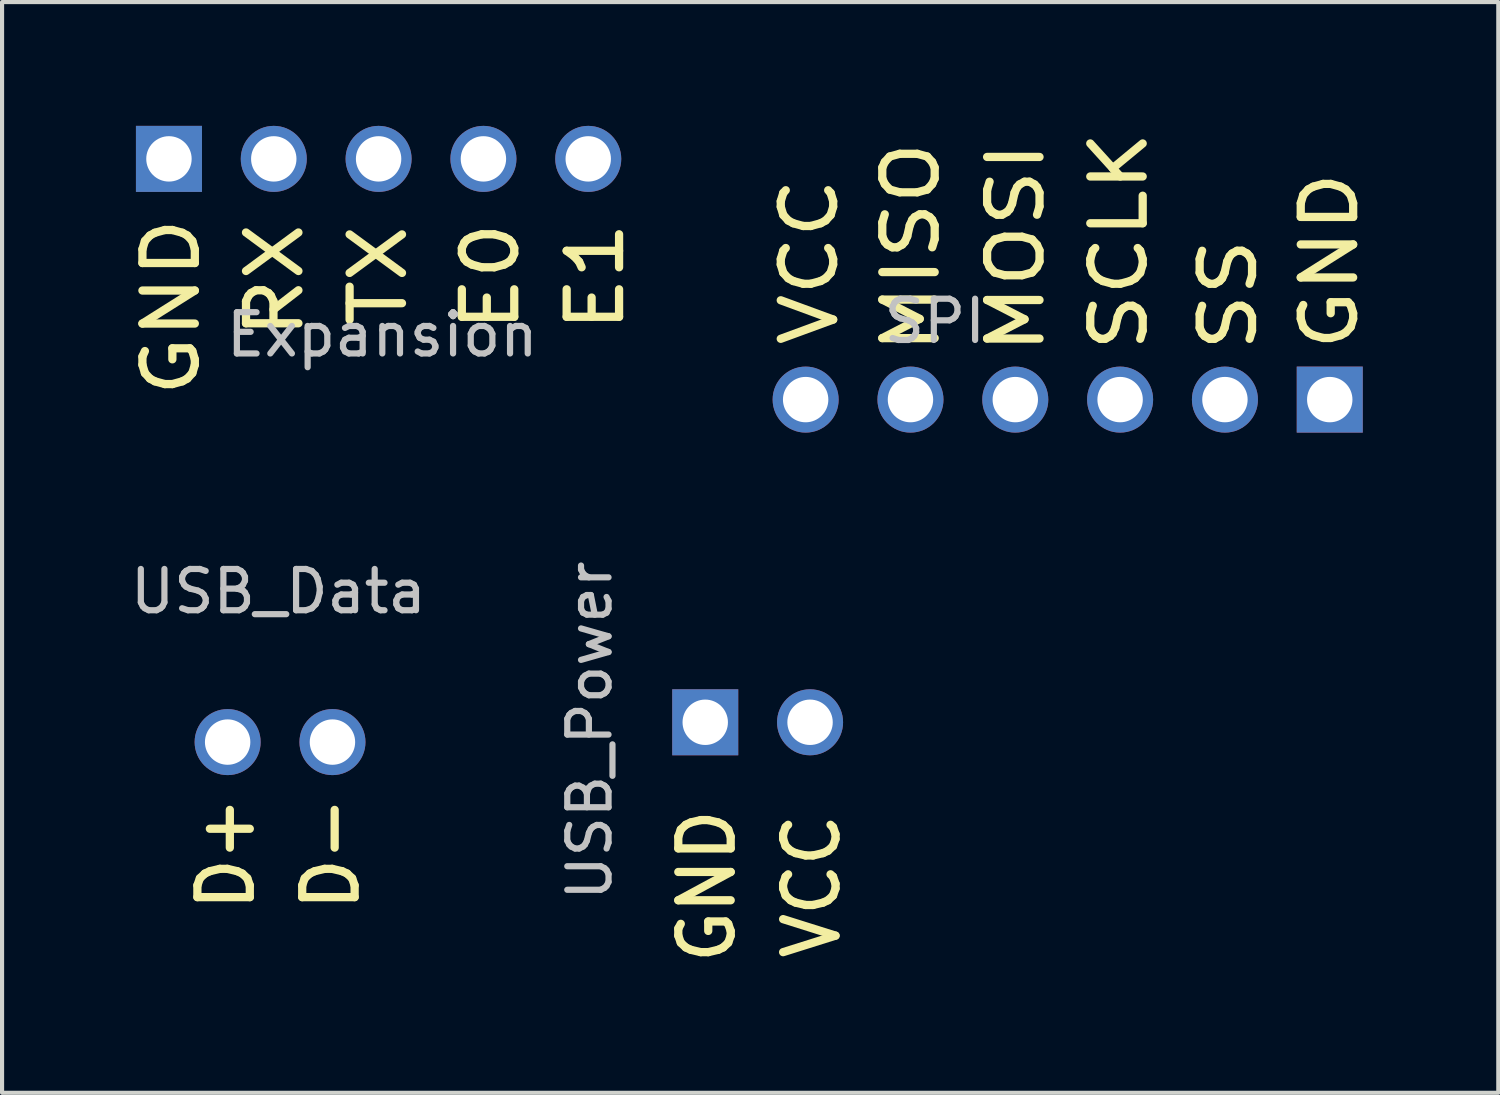
<source format=kicad_pcb>
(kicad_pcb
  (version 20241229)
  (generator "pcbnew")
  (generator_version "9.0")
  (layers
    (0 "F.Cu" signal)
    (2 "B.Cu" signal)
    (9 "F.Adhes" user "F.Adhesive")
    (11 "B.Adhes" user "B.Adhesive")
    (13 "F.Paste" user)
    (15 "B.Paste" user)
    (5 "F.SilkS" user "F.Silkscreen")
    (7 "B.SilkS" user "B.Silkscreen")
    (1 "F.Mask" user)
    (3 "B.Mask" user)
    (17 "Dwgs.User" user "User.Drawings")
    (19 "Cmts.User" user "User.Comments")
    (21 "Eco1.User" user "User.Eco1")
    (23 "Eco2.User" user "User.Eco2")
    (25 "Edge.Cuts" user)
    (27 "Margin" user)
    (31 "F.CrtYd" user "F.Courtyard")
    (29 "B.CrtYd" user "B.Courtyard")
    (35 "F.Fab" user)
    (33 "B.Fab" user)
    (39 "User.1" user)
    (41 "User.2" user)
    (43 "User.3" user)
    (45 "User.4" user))
  (footprint "USB_Power"
    (layer "F.Cu")
    (at 15.349 14.612)
    (property "Reference" "USB_Power" (at -4.108 0.042 90) (layer "Dwgs.User") (effects (font (size 1 1) (thickness 0.15))))
    (attr through_hole)
    (fp_text user "VCC" (at 1.27 3.81 90) (layer "F.SilkS") (effects (font (size 1.27 1.2) (thickness 0.2))))
    (fp_text user "GND" (at -1.27 3.81 90) (layer "F.SilkS") (effects (font (size 1.27 1.2) (thickness 0.2))))
    (pad "1" thru_hole circle (at 1.23 -0.16) (size 1.6 1.6) (drill 1.1) (layers "*.Cu" "*.Mask"))
    (pad "2" thru_hole rect (at -1.31 -0.16) (size 1.6 1.6) (drill 1.1) (layers "*.Cu" "*.Mask")))
  (footprint "SPI"
    (layer "F.Cu")
    (at 22.802 6.833)
    (property "Reference" "SPI" (at -3.2 -2.1 0) (layer "Dwgs.User") (effects (font (size 1 1) (thickness 0.15))))
    (attr through_hole)
    (fp_text user "MISO" (at -3.78 -3.89 90) (layer "F.SilkS") (effects (font (size 1.27 1.4) (thickness 0.2))))
    (fp_text user "MOSI" (at -1.24 -3.88 90) (layer "F.SilkS") (effects (font (size 1.27 1.4) (thickness 0.2))))
    (fp_text user "SS" (at 3.91 -2.74 90) (layer "F.SilkS") (effects (font (size 1.27 1.4) (thickness 0.2))))
    (fp_text user "VCC" (at -6.24 -3.54 90) (layer "F.SilkS") (effects (font (size 1.27 1.4) (thickness 0.2))))
    (fp_text user "SCLK" (at 1.26 -4.04 90) (layer "F.SilkS") (effects (font (size 1.27 1.4) (thickness 0.2))))
    (fp_text user "GND" (at 6.36 -3.56 90) (layer "F.SilkS") (effects (font (size 1.27 1.4) (thickness 0.2))))
    (pad "1" thru_hole circle (at -6.33 -0.2) (size 1.6 1.6) (drill 1.1) (layers "*.Cu" "*.Mask"))
    (pad "2" thru_hole circle (at -3.79 -0.2) (size 1.6 1.6) (drill 1.1) (layers "*.Cu" "*.Mask"))
    (pad "3" thru_hole circle (at -1.25 -0.2) (size 1.6 1.6) (drill 1.1) (layers "*.Cu" "*.Mask"))
    (pad "4" thru_hole circle (at 1.29 -0.2) (size 1.6 1.6) (drill 1.1) (layers "*.Cu" "*.Mask"))
    (pad "5" thru_hole circle (at 3.83 -0.2) (size 1.6 1.6) (drill 1.1) (layers "*.Cu" "*.Mask"))
    (pad "6" thru_hole rect (at 6.37 -0.2) (size 1.6 1.6) (drill 1.1) (layers "*.Cu" "*.Mask")))
  (footprint "USB_Data"
    (layer "F.Cu")
    (at 3.696 15.092)
    (property "Reference" "USB_Data" (at 0 -3.81 180) (layer "Dwgs.User") (effects (font (size 1 1) (thickness 0.15))))
    (attr through_hole)
    (fp_text user "D-" (at 1.27 2.54 90) (layer "F.SilkS") (effects (font (size 1.27 1.2) (thickness 0.2))))
    (fp_text user "D+" (at -1.27 2.54 90) (layer "F.SilkS") (effects (font (size 1.27 1.2) (thickness 0.2))))
    (pad "1" thru_hole circle (at -1.23 -0.16) (size 1.6 1.6) (drill 1.1) (layers "*.Cu" "*.Mask"))
    (pad "2" thru_hole circle (at 1.31 -0.16) (size 1.6 1.6) (drill 1.1) (layers "*.Cu" "*.Mask")))
  (footprint "Expansion"
    (layer "F.Cu")
    (at 6.204 1.36)
    (property "Reference" "Expansion" (at 0.01 3.7 0) (layer "Dwgs.User") (effects (font (size 1 1) (thickness 0.15))))
    (attr through_hole)
    (fp_text user "RX" (at -2.6 2.39 90) (layer "F.SilkS") (effects (font (size 1.27 1.4) (thickness 0.2))))
    (fp_text user "GND" (at -5.11 3.03 90) (layer "F.SilkS") (effects (font (size 1.27 1.4) (thickness 0.2))))
    (fp_text user "E0" (at 2.63 2.3 90) (layer "F.SilkS") (effects (font (size 1.27 1.4) (thickness 0.2))))
    (fp_text user "E1" (at 5.17 2.3 90) (layer "F.SilkS") (effects (font (size 1.27 1.4) (thickness 0.2))))
    (fp_text user "TX" (at -0.09 2.27 90) (layer "F.SilkS") (effects (font (size 1.27 1.4) (thickness 0.2))))
    (pad "1" thru_hole rect (at -5.16 -0.56) (size 1.6 1.6) (drill 1.1) (layers "*.Cu" "*.Mask"))
    (pad "2" thru_hole circle (at -2.62 -0.56) (size 1.6 1.6) (drill 1.1) (layers "*.Cu" "*.Mask"))
    (pad "3" thru_hole circle (at -0.08 -0.56) (size 1.6 1.6) (drill 1.1) (layers "*.Cu" "*.Mask"))
    (pad "4" thru_hole circle (at 2.46 -0.56) (size 1.6 1.6) (drill 1.1) (layers "*.Cu" "*.Mask"))
    (pad "5" thru_hole circle (at 5 -0.56) (size 1.6 1.6) (drill 1.1) (layers "*.Cu" "*.Mask")))
  (gr_rect
    (start -3 -3)
    (end 33.256 23.43)
    (stroke (width 0.1) (type default))
    (fill no)
    (layer "Edge.Cuts")))
</source>
